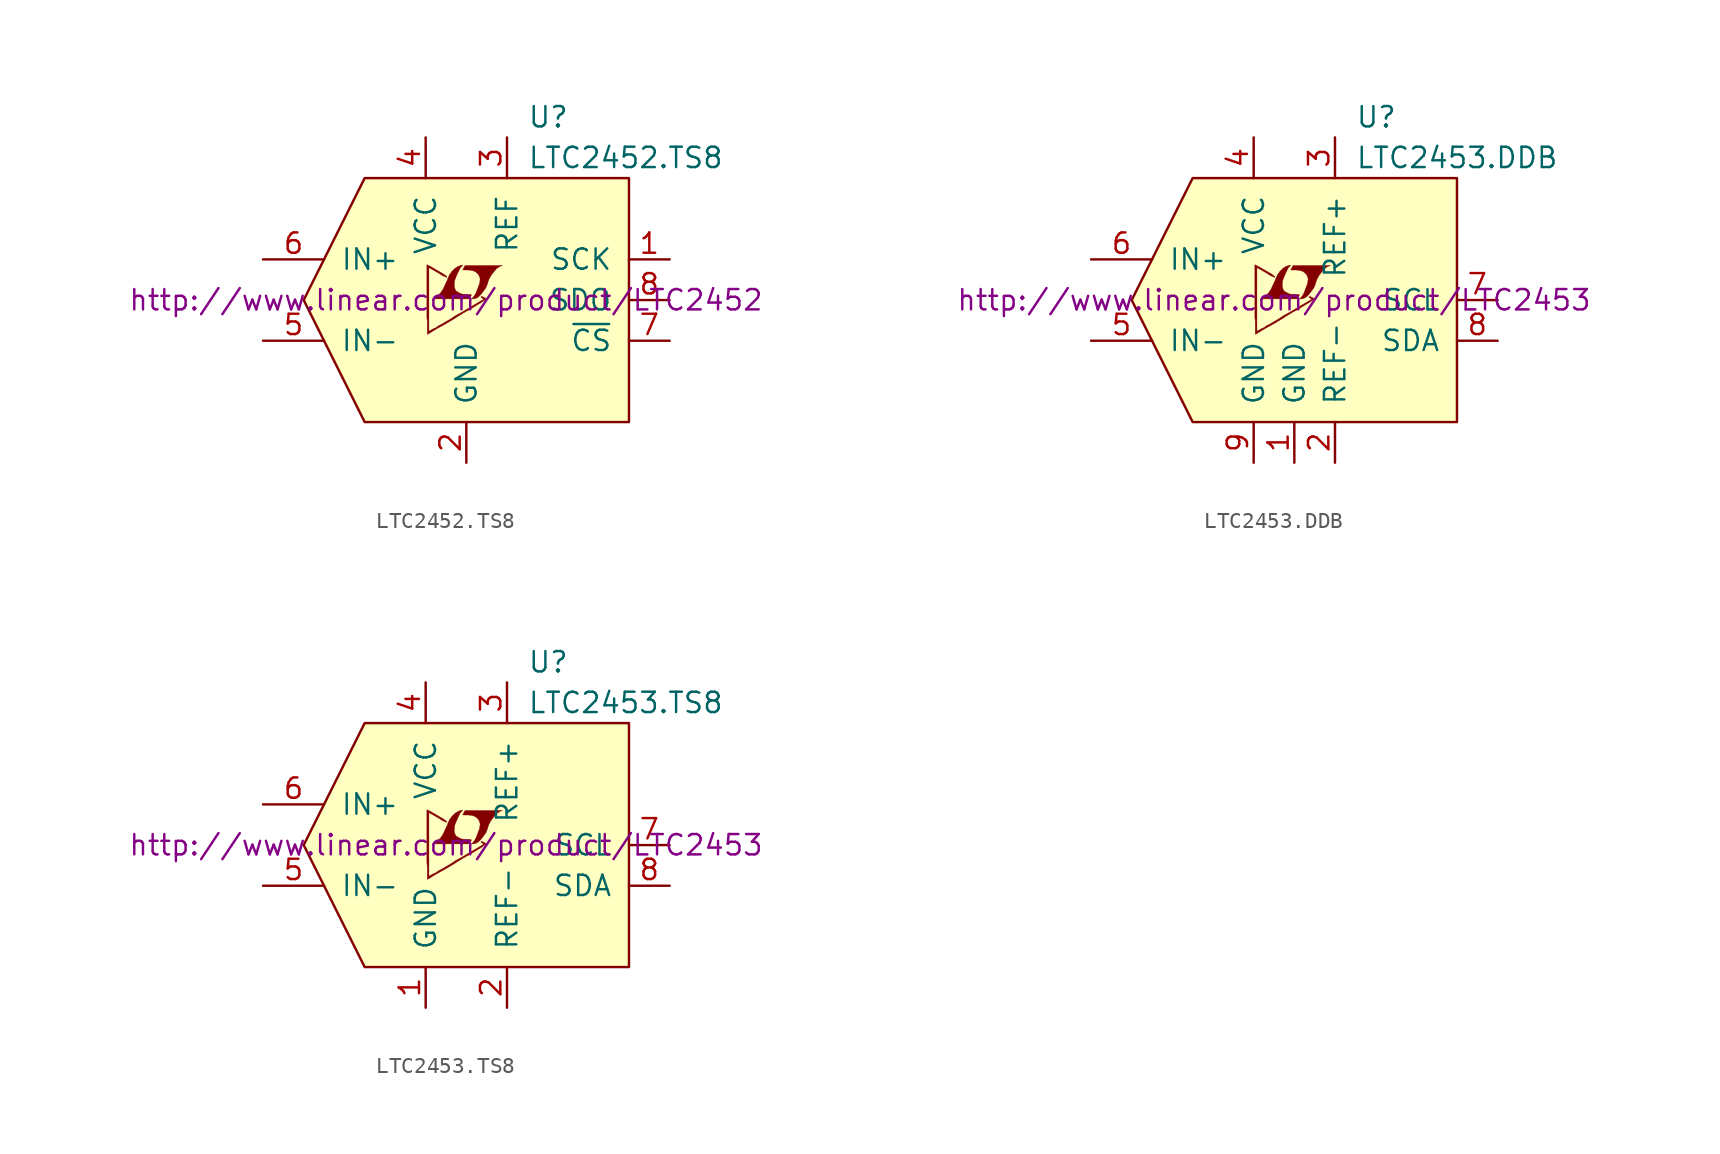
<source format=kicad_sym>
(kicad_symbol_lib
  (version 20201005)
  (generator kicad_symbol_editor)
  (symbol "LTC2452.TS8"
    (pin_names
      (offset 1.016))
    (property "Reference" "U"
      (at 3.81 11.43 0)
      (effects (font (size 1.27 1.27)) (justify left)))
    (property "Value" "LTC2452.TS8"
      (at 3.81 8.89 0)
      (effects (font (size 1.27 1.27)) (justify left)))
    (property "Datasheet" "http://www.linear.com/product/LTC2452"
      (at -1.27 0 0)
      (effects (font (size 1.27 1.27))))
    (symbol "LTC2452.TS8_0_0"
      (polyline (pts (xy 10.16 -7.62) (xy 10.16 7.62) (xy -6.35 7.62) (xy -10.16 0) (xy -6.35 -7.62) (xy 10.16 -7.62)) (stroke (width 0)) (fill (type background)))
      (polyline (pts (xy 0.584 0.102) (xy 0.762 0.203) (xy 0.914 0.356) (xy 1.219 0.762) (xy 1.321 1.016) (xy 1.397 1.27) (xy 1.549 1.549) (xy 1.727 1.778) (xy 1.905 1.981) (xy 2.108 2.108) (xy 2.261 2.159) (xy -0.076 2.159) (xy -0.152 2.032) (xy -0.152 2.007) (xy -0.203 1.93) (xy -0.229 1.905) (xy -0.178 1.88) (xy 0.102 1.88) (xy 0.356 1.854) (xy 0.559 1.778) (xy 0.711 1.651) (xy 0.813 1.499) (xy 0.864 1.321) (xy 0.838 1.092) (xy 0.838 1.067) (xy 0.61 0.457) (xy 0.508 0.279) (xy 0.406 0.152) (xy 0.33 0.076) (xy 0.432 0.076) (xy 0.584 0.102)) (stroke (width 0.025)) (fill (type outline)))
      (polyline (pts (xy 0.229 0.178) (xy 0.254 0.203) (xy 0.305 0.279) (xy 0.305 0.33) (xy 0.254 0.356) (xy -0.051 0.356) (xy -0.305 0.381) (xy -0.508 0.483) (xy -0.66 0.584) (xy -0.737 0.762) (xy -0.762 0.94) (xy -0.737 1.168) (xy -0.737 1.194) (xy -0.686 1.346) (xy -0.533 1.702) (xy -0.381 2.007) (xy -0.305 2.083) (xy -0.229 2.184) (xy -0.356 2.159) (xy -0.508 2.108) (xy -0.711 1.981) (xy -0.889 1.803) (xy -1.041 1.6) (xy -1.168 1.321) (xy -1.168 1.295) (xy -1.321 0.965) (xy -1.448 0.686) (xy -1.6 0.457) (xy -1.753 0.305) (xy -1.93 0.178) (xy -2.108 0.076) (xy 0.178 0.076) (xy 0.229 0.178)) (stroke (width 0.025)) (fill (type outline)))
      (polyline (pts (xy -2.362 -2.108) (xy -2.286 -2.057) (xy -2.159 -1.981) (xy -2.083 -1.93) (xy -1.829 -1.778) (xy -1.27 -1.473) (xy -0.762 -1.168) (xy -0.533 -1.016) (xy -0.356 -0.914) (xy -0.203 -0.813) (xy -0.102 -0.762) (xy -0.025 -0.711) (xy 0.127 -0.635) (xy 0.305 -0.533) (xy 0.711 -0.279) (xy 0.889 -0.178) (xy 1.041 -0.076) (xy 1.143 0) (xy 1.219 0.051) (xy 1.245 0.076) (xy 1.092 0.178) (xy 0.94 0.229) (xy 0.914 0.203) (xy 0.914 0.178) (xy 0.991 0.127) (xy 1.092 0.051) (xy 0.178 -0.483) (xy -0.025 -0.61) (xy -0.33 -0.787) (xy -0.66 -0.965) (xy -0.965 -1.168) (xy -1.27 -1.346) (xy -1.524 -1.499) (xy -1.727 -1.6) (xy -1.905 -1.727) (xy -2.083 -1.803) (xy -2.21 -1.88) (xy -2.311 -1.93) (xy -2.337 -1.956) (xy -2.337 2.032) (xy -1.803 1.727) (xy -1.676 1.651) (xy -1.524 1.549) (xy -1.372 1.473) (xy -1.295 1.448) (xy -1.245 1.422) (xy -1.219 1.422) (xy -1.219 1.473) (xy -1.295 1.524) (xy -1.422 1.626) (xy -1.6 1.727) (xy -1.727 1.803) (xy -2.083 2.007) (xy -2.21 2.083) (xy -2.464 2.21) (xy -2.464 -1.067) (xy -2.438 -1.372) (xy -2.438 -2.134) (xy -2.413 -2.134) (xy -2.362 -2.108)) (stroke (width 0.025)) (fill (type outline))))
    (symbol "LTC2452.TS8_1_1"
      (pin input line (at 12.7 2.54 180) (length 2.54) (name "SCK" (effects (font (size 1.27 1.27)))) (number "1" (effects (font (size 1.27 1.27)))))
      (pin power_in line (at 0 -10.16 90) (length 2.54) (name "GND" (effects (font (size 1.27 1.27)))) (number "2" (effects (font (size 1.27 1.27)))))
      (pin input line (at 2.54 10.16 270) (length 2.54) (name "REF" (effects (font (size 1.27 1.27)))) (number "3" (effects (font (size 1.27 1.27)))))
      (pin power_in line (at -2.54 10.16 270) (length 2.54) (name "VCC" (effects (font (size 1.27 1.27)))) (number "4" (effects (font (size 1.27 1.27)))))
      (pin input line (at -12.7 -2.54 0) (length 3.81) (name "IN-" (effects (font (size 1.27 1.27)))) (number "5" (effects (font (size 1.27 1.27)))))
      (pin input line (at -12.7 2.54 0) (length 3.81) (name "IN+" (effects (font (size 1.27 1.27)))) (number "6" (effects (font (size 1.27 1.27)))))
      (pin input line (at 12.7 -2.54 180) (length 2.54) (name "~CS~" (effects (font (size 1.27 1.27)))) (number "7" (effects (font (size 1.27 1.27)))))
      (pin output line (at 12.7 0 180) (length 2.54) (name "SDO" (effects (font (size 1.27 1.27)))) (number "8" (effects (font (size 1.27 1.27)))))))
  (symbol "LTC2453.DDB"
    (pin_names
      (offset 1.016))
    (property "Reference" "U"
      (at 3.81 11.43 0)
      (effects (font (size 1.27 1.27)) (justify left)))
    (property "Value" "LTC2453.DDB"
      (at 3.81 8.89 0)
      (effects (font (size 1.27 1.27)) (justify left)))
    (property "Datasheet" "http://www.linear.com/product/LTC2453"
      (at -1.27 0 0)
      (effects (font (size 1.27 1.27))))
    (symbol "LTC2453.DDB_0_0"
      (polyline (pts (xy 10.16 -7.62) (xy 10.16 7.62) (xy -6.35 7.62) (xy -10.16 0) (xy -6.35 -7.62) (xy 10.16 -7.62)) (stroke (width 0)) (fill (type background)))
      (polyline (pts (xy 0.584 0.102) (xy 0.762 0.203) (xy 0.914 0.356) (xy 1.219 0.762) (xy 1.321 1.016) (xy 1.397 1.27) (xy 1.549 1.549) (xy 1.727 1.778) (xy 1.905 1.981) (xy 2.108 2.108) (xy 2.261 2.159) (xy -0.076 2.159) (xy -0.152 2.032) (xy -0.152 2.007) (xy -0.203 1.93) (xy -0.229 1.905) (xy -0.178 1.88) (xy 0.102 1.88) (xy 0.356 1.854) (xy 0.559 1.778) (xy 0.711 1.651) (xy 0.813 1.499) (xy 0.864 1.321) (xy 0.838 1.092) (xy 0.838 1.067) (xy 0.61 0.457) (xy 0.508 0.279) (xy 0.406 0.152) (xy 0.33 0.076) (xy 0.432 0.076) (xy 0.584 0.102)) (stroke (width 0.025)) (fill (type outline)))
      (polyline (pts (xy 0.229 0.178) (xy 0.254 0.203) (xy 0.305 0.279) (xy 0.305 0.33) (xy 0.254 0.356) (xy -0.051 0.356) (xy -0.305 0.381) (xy -0.508 0.483) (xy -0.66 0.584) (xy -0.737 0.762) (xy -0.762 0.94) (xy -0.737 1.168) (xy -0.737 1.194) (xy -0.686 1.346) (xy -0.533 1.702) (xy -0.381 2.007) (xy -0.305 2.083) (xy -0.229 2.184) (xy -0.356 2.159) (xy -0.508 2.108) (xy -0.711 1.981) (xy -0.889 1.803) (xy -1.041 1.6) (xy -1.168 1.321) (xy -1.168 1.295) (xy -1.321 0.965) (xy -1.448 0.686) (xy -1.6 0.457) (xy -1.753 0.305) (xy -1.93 0.178) (xy -2.108 0.076) (xy 0.178 0.076) (xy 0.229 0.178)) (stroke (width 0.025)) (fill (type outline)))
      (polyline (pts (xy -2.362 -2.108) (xy -2.286 -2.057) (xy -2.159 -1.981) (xy -2.083 -1.93) (xy -1.829 -1.778) (xy -1.27 -1.473) (xy -0.762 -1.168) (xy -0.533 -1.016) (xy -0.356 -0.914) (xy -0.203 -0.813) (xy -0.102 -0.762) (xy -0.025 -0.711) (xy 0.127 -0.635) (xy 0.305 -0.533) (xy 0.711 -0.279) (xy 0.889 -0.178) (xy 1.041 -0.076) (xy 1.143 0) (xy 1.219 0.051) (xy 1.245 0.076) (xy 1.092 0.178) (xy 0.94 0.229) (xy 0.914 0.203) (xy 0.914 0.178) (xy 0.991 0.127) (xy 1.092 0.051) (xy 0.178 -0.483) (xy -0.025 -0.61) (xy -0.33 -0.787) (xy -0.66 -0.965) (xy -0.965 -1.168) (xy -1.27 -1.346) (xy -1.524 -1.499) (xy -1.727 -1.6) (xy -1.905 -1.727) (xy -2.083 -1.803) (xy -2.21 -1.88) (xy -2.311 -1.93) (xy -2.337 -1.956) (xy -2.337 2.032) (xy -1.803 1.727) (xy -1.676 1.651) (xy -1.524 1.549) (xy -1.372 1.473) (xy -1.295 1.448) (xy -1.245 1.422) (xy -1.219 1.422) (xy -1.219 1.473) (xy -1.295 1.524) (xy -1.422 1.626) (xy -1.6 1.727) (xy -1.727 1.803) (xy -2.083 2.007) (xy -2.21 2.083) (xy -2.464 2.21) (xy -2.464 -1.067) (xy -2.438 -1.372) (xy -2.438 -2.134) (xy -2.413 -2.134) (xy -2.362 -2.108)) (stroke (width 0.025)) (fill (type outline))))
    (symbol "LTC2453.DDB_1_1"
      (pin power_in line (at 0 -10.16 90) (length 2.54) (name "GND" (effects (font (size 1.27 1.27)))) (number "1" (effects (font (size 1.27 1.27)))))
      (pin input line (at 2.54 -10.16 90) (length 2.54) (name "REF-" (effects (font (size 1.27 1.27)))) (number "2" (effects (font (size 1.27 1.27)))))
      (pin input line (at 2.54 10.16 270) (length 2.54) (name "REF+" (effects (font (size 1.27 1.27)))) (number "3" (effects (font (size 1.27 1.27)))))
      (pin power_in line (at -2.54 10.16 270) (length 2.54) (name "VCC" (effects (font (size 1.27 1.27)))) (number "4" (effects (font (size 1.27 1.27)))))
      (pin input line (at -12.7 -2.54 0) (length 3.81) (name "IN-" (effects (font (size 1.27 1.27)))) (number "5" (effects (font (size 1.27 1.27)))))
      (pin input line (at -12.7 2.54 0) (length 3.81) (name "IN+" (effects (font (size 1.27 1.27)))) (number "6" (effects (font (size 1.27 1.27)))))
      (pin input line (at 12.7 0 180) (length 2.54) (name "SCL" (effects (font (size 1.27 1.27)))) (number "7" (effects (font (size 1.27 1.27)))))
      (pin output line (at 12.7 -2.54 180) (length 2.54) (name "SDA" (effects (font (size 1.27 1.27)))) (number "8" (effects (font (size 1.27 1.27)))))
      (pin power_in line (at -2.54 -10.16 90) (length 2.54) (name "GND" (effects (font (size 1.27 1.27)))) (number "9" (effects (font (size 1.27 1.27)))))))
  (symbol "LTC2453.TS8"
    (pin_names
      (offset 1.016))
    (property "Reference" "U"
      (at 3.81 11.43 0)
      (effects (font (size 1.27 1.27)) (justify left)))
    (property "Value" "LTC2453.TS8"
      (at 3.81 8.89 0)
      (effects (font (size 1.27 1.27)) (justify left)))
    (property "Datasheet" "http://www.linear.com/product/LTC2453"
      (at -1.27 0 0)
      (effects (font (size 1.27 1.27))))
    (symbol "LTC2453.TS8_0_0"
      (polyline (pts (xy 10.16 -7.62) (xy 10.16 7.62) (xy -6.35 7.62) (xy -10.16 0) (xy -6.35 -7.62) (xy 10.16 -7.62)) (stroke (width 0)) (fill (type background)))
      (polyline (pts (xy 0.584 0.102) (xy 0.762 0.203) (xy 0.914 0.356) (xy 1.219 0.762) (xy 1.321 1.016) (xy 1.397 1.27) (xy 1.549 1.549) (xy 1.727 1.778) (xy 1.905 1.981) (xy 2.108 2.108) (xy 2.261 2.159) (xy -0.076 2.159) (xy -0.152 2.032) (xy -0.152 2.007) (xy -0.203 1.93) (xy -0.229 1.905) (xy -0.178 1.88) (xy 0.102 1.88) (xy 0.356 1.854) (xy 0.559 1.778) (xy 0.711 1.651) (xy 0.813 1.499) (xy 0.864 1.321) (xy 0.838 1.092) (xy 0.838 1.067) (xy 0.61 0.457) (xy 0.508 0.279) (xy 0.406 0.152) (xy 0.33 0.076) (xy 0.432 0.076) (xy 0.584 0.102)) (stroke (width 0.025)) (fill (type outline)))
      (polyline (pts (xy 0.229 0.178) (xy 0.254 0.203) (xy 0.305 0.279) (xy 0.305 0.33) (xy 0.254 0.356) (xy -0.051 0.356) (xy -0.305 0.381) (xy -0.508 0.483) (xy -0.66 0.584) (xy -0.737 0.762) (xy -0.762 0.94) (xy -0.737 1.168) (xy -0.737 1.194) (xy -0.686 1.346) (xy -0.533 1.702) (xy -0.381 2.007) (xy -0.305 2.083) (xy -0.229 2.184) (xy -0.356 2.159) (xy -0.508 2.108) (xy -0.711 1.981) (xy -0.889 1.803) (xy -1.041 1.6) (xy -1.168 1.321) (xy -1.168 1.295) (xy -1.321 0.965) (xy -1.448 0.686) (xy -1.6 0.457) (xy -1.753 0.305) (xy -1.93 0.178) (xy -2.108 0.076) (xy 0.178 0.076) (xy 0.229 0.178)) (stroke (width 0.025)) (fill (type outline)))
      (polyline (pts (xy -2.362 -2.108) (xy -2.286 -2.057) (xy -2.159 -1.981) (xy -2.083 -1.93) (xy -1.829 -1.778) (xy -1.27 -1.473) (xy -0.762 -1.168) (xy -0.533 -1.016) (xy -0.356 -0.914) (xy -0.203 -0.813) (xy -0.102 -0.762) (xy -0.025 -0.711) (xy 0.127 -0.635) (xy 0.305 -0.533) (xy 0.711 -0.279) (xy 0.889 -0.178) (xy 1.041 -0.076) (xy 1.143 0) (xy 1.219 0.051) (xy 1.245 0.076) (xy 1.092 0.178) (xy 0.94 0.229) (xy 0.914 0.203) (xy 0.914 0.178) (xy 0.991 0.127) (xy 1.092 0.051) (xy 0.178 -0.483) (xy -0.025 -0.61) (xy -0.33 -0.787) (xy -0.66 -0.965) (xy -0.965 -1.168) (xy -1.27 -1.346) (xy -1.524 -1.499) (xy -1.727 -1.6) (xy -1.905 -1.727) (xy -2.083 -1.803) (xy -2.21 -1.88) (xy -2.311 -1.93) (xy -2.337 -1.956) (xy -2.337 2.032) (xy -1.803 1.727) (xy -1.676 1.651) (xy -1.524 1.549) (xy -1.372 1.473) (xy -1.295 1.448) (xy -1.245 1.422) (xy -1.219 1.422) (xy -1.219 1.473) (xy -1.295 1.524) (xy -1.422 1.626) (xy -1.6 1.727) (xy -1.727 1.803) (xy -2.083 2.007) (xy -2.21 2.083) (xy -2.464 2.21) (xy -2.464 -1.067) (xy -2.438 -1.372) (xy -2.438 -2.134) (xy -2.413 -2.134) (xy -2.362 -2.108)) (stroke (width 0.025)) (fill (type outline))))
    (symbol "LTC2453.TS8_1_1"
      (pin power_in line (at -2.54 -10.16 90) (length 2.54) (name "GND" (effects (font (size 1.27 1.27)))) (number "1" (effects (font (size 1.27 1.27)))))
      (pin input line (at 2.54 -10.16 90) (length 2.54) (name "REF-" (effects (font (size 1.27 1.27)))) (number "2" (effects (font (size 1.27 1.27)))))
      (pin input line (at 2.54 10.16 270) (length 2.54) (name "REF+" (effects (font (size 1.27 1.27)))) (number "3" (effects (font (size 1.27 1.27)))))
      (pin power_in line (at -2.54 10.16 270) (length 2.54) (name "VCC" (effects (font (size 1.27 1.27)))) (number "4" (effects (font (size 1.27 1.27)))))
      (pin input line (at -12.7 -2.54 0) (length 3.81) (name "IN-" (effects (font (size 1.27 1.27)))) (number "5" (effects (font (size 1.27 1.27)))))
      (pin input line (at -12.7 2.54 0) (length 3.81) (name "IN+" (effects (font (size 1.27 1.27)))) (number "6" (effects (font (size 1.27 1.27)))))
      (pin input line (at 12.7 0 180) (length 2.54) (name "SCL" (effects (font (size 1.27 1.27)))) (number "7" (effects (font (size 1.27 1.27)))))
      (pin output line (at 12.7 -2.54 180) (length 2.54) (name "SDA" (effects (font (size 1.27 1.27)))) (number "8" (effects (font (size 1.27 1.27))))))))
</source>
